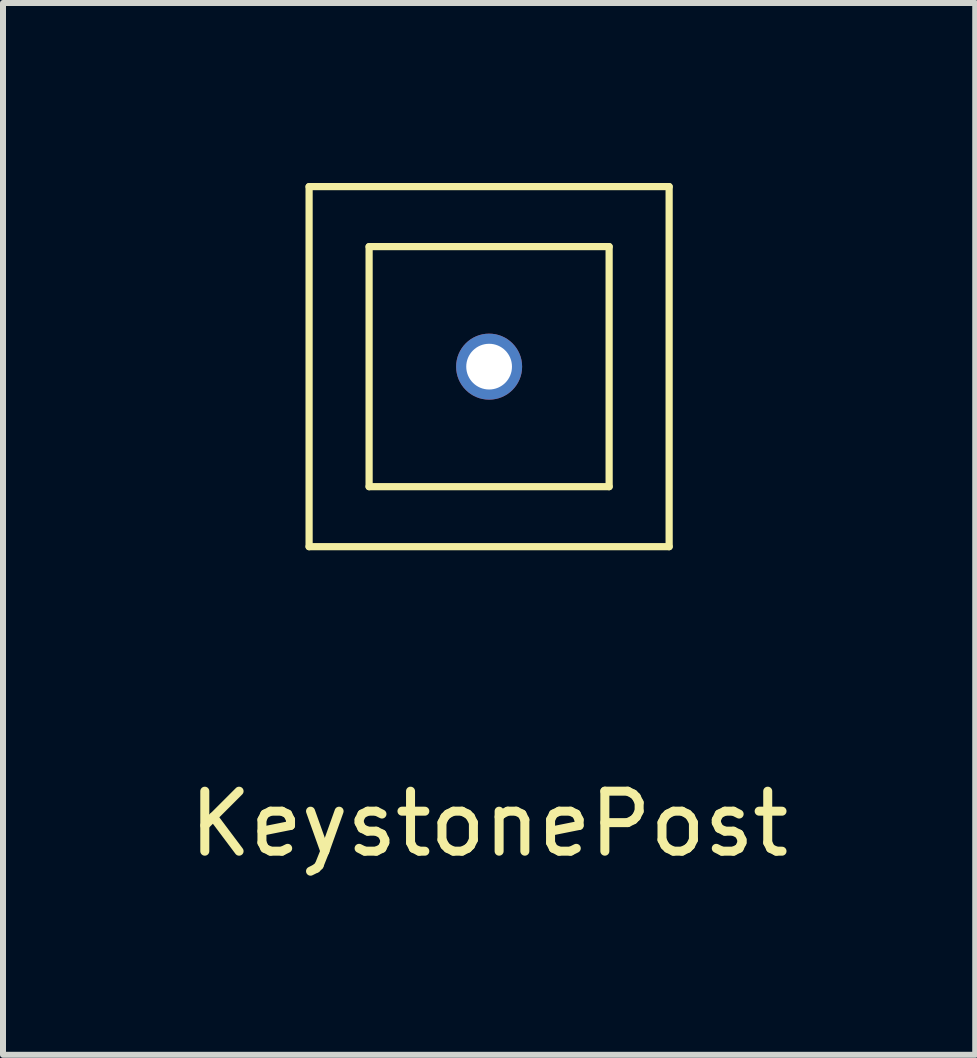
<source format=kicad_pcb>
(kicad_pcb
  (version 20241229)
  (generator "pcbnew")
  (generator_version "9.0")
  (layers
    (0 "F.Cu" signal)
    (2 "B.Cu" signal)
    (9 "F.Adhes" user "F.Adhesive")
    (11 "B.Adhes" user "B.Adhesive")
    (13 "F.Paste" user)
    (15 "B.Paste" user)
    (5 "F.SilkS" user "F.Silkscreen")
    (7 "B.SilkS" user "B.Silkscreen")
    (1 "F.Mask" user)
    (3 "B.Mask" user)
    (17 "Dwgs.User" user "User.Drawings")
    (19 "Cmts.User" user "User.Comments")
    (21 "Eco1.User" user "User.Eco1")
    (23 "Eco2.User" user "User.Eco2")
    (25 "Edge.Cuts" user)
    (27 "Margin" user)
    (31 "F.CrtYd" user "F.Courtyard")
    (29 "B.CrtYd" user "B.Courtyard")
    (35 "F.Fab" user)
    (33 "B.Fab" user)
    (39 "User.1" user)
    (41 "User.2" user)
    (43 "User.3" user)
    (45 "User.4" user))
  (footprint "KeystonePost"
    (layer "F.Cu")
    (at 5.101 3.06)
    (property "Reference" "KeystonePost" (at 0 7.62 0) (layer "F.SilkS") (effects (font (size 1 1) (thickness 0.15))))
    (attr through_hole)
    (fp_line (start -3 -3) (end -3 3) (stroke (width 0.12) (type solid)) (layer "F.SilkS"))
    (fp_line (start -3 3) (end 3 3) (stroke (width 0.12) (type solid)) (layer "F.SilkS"))
    (fp_line (start -2 -2) (end 2 -2) (stroke (width 0.12) (type solid)) (layer "F.SilkS"))
    (fp_line (start -2 2) (end -2 -2) (stroke (width 0.12) (type solid)) (layer "F.SilkS"))
    (fp_line (start 2 -2) (end 2 2) (stroke (width 0.12) (type solid)) (layer "F.SilkS"))
    (fp_line (start 2 2) (end -2 2) (stroke (width 0.12) (type solid)) (layer "F.SilkS"))
    (fp_line (start 3 -3) (end -3 -3) (stroke (width 0.12) (type solid)) (layer "F.SilkS"))
    (fp_line (start 3 3) (end 3 -3) (stroke (width 0.12) (type solid)) (layer "F.SilkS"))
    (pad "1" thru_hole circle (at 0 0) (size 1.1 1.1) (drill 0.762) (layers "*.Cu" "*.Mask")))
  (gr_rect
    (start -3 -3)
    (end 13.202 14.528)
    (stroke (width 0.1) (type default))
    (fill no)
    (layer "Edge.Cuts")))
</source>
